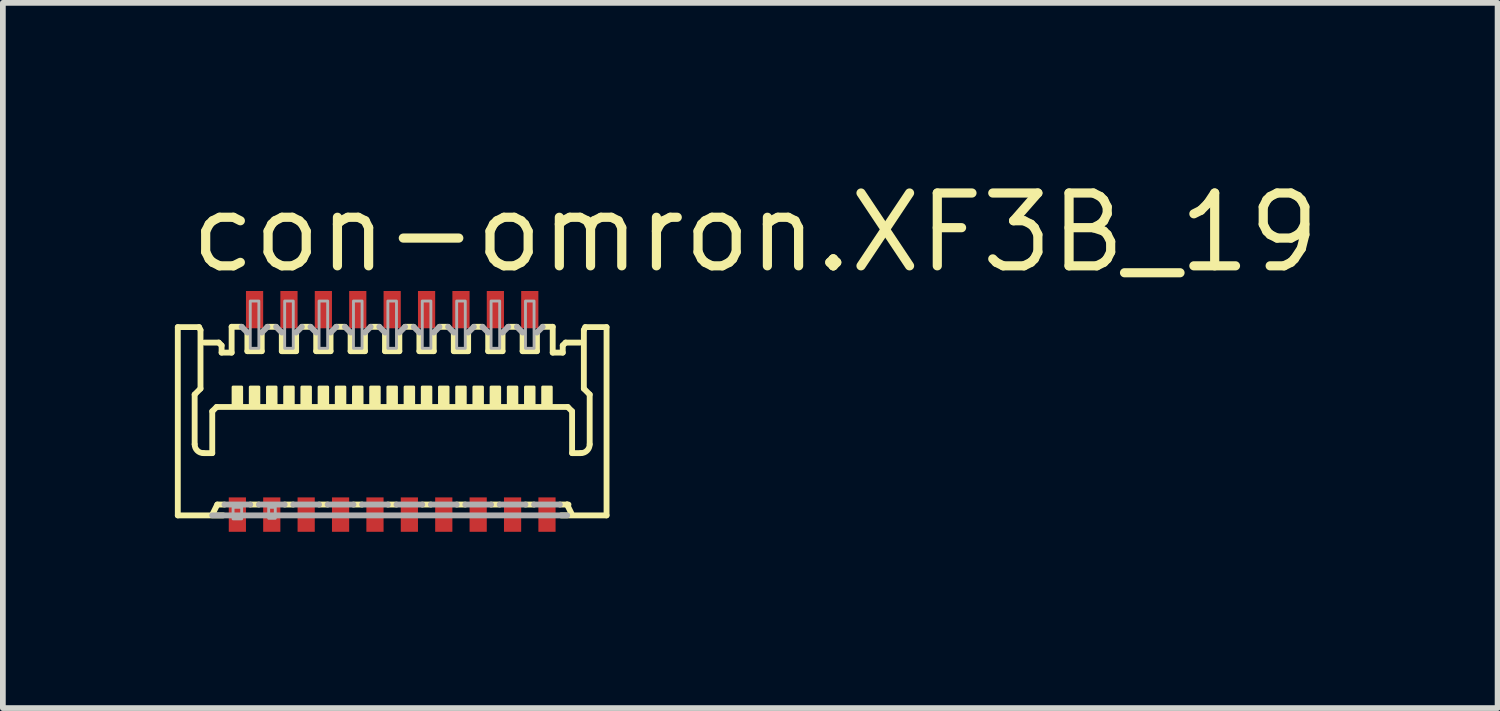
<source format=kicad_pcb>
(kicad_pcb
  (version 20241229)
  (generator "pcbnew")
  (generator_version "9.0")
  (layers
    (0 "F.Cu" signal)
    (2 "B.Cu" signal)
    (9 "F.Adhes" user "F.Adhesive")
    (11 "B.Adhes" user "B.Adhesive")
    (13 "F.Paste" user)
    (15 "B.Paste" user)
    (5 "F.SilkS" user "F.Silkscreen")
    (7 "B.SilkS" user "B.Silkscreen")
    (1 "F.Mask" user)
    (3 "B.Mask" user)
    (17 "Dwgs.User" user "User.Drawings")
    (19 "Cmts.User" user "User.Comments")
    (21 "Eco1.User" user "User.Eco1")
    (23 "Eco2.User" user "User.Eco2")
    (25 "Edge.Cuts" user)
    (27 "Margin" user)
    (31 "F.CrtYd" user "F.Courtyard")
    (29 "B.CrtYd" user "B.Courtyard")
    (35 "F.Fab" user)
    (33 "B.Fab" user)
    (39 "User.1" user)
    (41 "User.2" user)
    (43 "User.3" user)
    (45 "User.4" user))
  (footprint "con-omron.XF3B_19"
    (layer "F.Cu")
    (at 3.79 4.15)
    (property "Reference" "con-omron.XF3B_19" (at -3.6 -2.4 0) (layer "F.SilkS") (effects (font (size 1.27 1.27) (thickness 0.16)) (justify left bottom)))
    (attr smd)
    (fp_rect (start -2.9 2.125) (end -2.5 1.425) (stroke (width 0.05) (type default)) (fill yes) (layer "F.Mask"))
    (fp_rect (start -2.6 -1.425) (end -2.2 -2.175) (stroke (width 0.05) (type default)) (fill yes) (layer "F.Mask"))
    (fp_rect (start -2.3 2.125) (end -1.9 1.425) (stroke (width 0.05) (type default)) (fill yes) (layer "F.Mask"))
    (fp_rect (start -2 -1.425) (end -1.6 -2.175) (stroke (width 0.05) (type default)) (fill yes) (layer "F.Mask"))
    (fp_rect (start -1.7 2.125) (end -1.3 1.425) (stroke (width 0.05) (type default)) (fill yes) (layer "F.Mask"))
    (fp_rect (start -1.4 -1.425) (end -1 -2.175) (stroke (width 0.05) (type default)) (fill yes) (layer "F.Mask"))
    (fp_rect (start -1.1 2.125) (end -0.7 1.425) (stroke (width 0.05) (type default)) (fill yes) (layer "F.Mask"))
    (fp_rect (start -0.8 -1.425) (end -0.4 -2.175) (stroke (width 0.05) (type default)) (fill yes) (layer "F.Mask"))
    (fp_rect (start -0.5 2.125) (end -0.1 1.425) (stroke (width 0.05) (type default)) (fill yes) (layer "F.Mask"))
    (fp_rect (start -0.2 -1.425) (end 0.2 -2.175) (stroke (width 0.05) (type default)) (fill yes) (layer "F.Mask"))
    (fp_rect (start 0.1 2.125) (end 0.5 1.425) (stroke (width 0.05) (type default)) (fill yes) (layer "F.Mask"))
    (fp_rect (start 0.4 -1.425) (end 0.8 -2.175) (stroke (width 0.05) (type default)) (fill yes) (layer "F.Mask"))
    (fp_rect (start 0.7 2.125) (end 1.1 1.425) (stroke (width 0.05) (type default)) (fill yes) (layer "F.Mask"))
    (fp_rect (start 1 -1.425) (end 1.4 -2.175) (stroke (width 0.05) (type default)) (fill yes) (layer "F.Mask"))
    (fp_rect (start 1.3 2.125) (end 1.7 1.425) (stroke (width 0.05) (type default)) (fill yes) (layer "F.Mask"))
    (fp_rect (start 1.6 -1.425) (end 2 -2.175) (stroke (width 0.05) (type default)) (fill yes) (layer "F.Mask"))
    (fp_rect (start 1.9 2.125) (end 2.3 1.425) (stroke (width 0.05) (type default)) (fill yes) (layer "F.Mask"))
    (fp_rect (start 2.2 -1.425) (end 2.6 -2.175) (stroke (width 0.05) (type default)) (fill yes) (layer "F.Mask"))
    (fp_rect (start 2.5 2.125) (end 2.9 1.425) (stroke (width 0.05) (type default)) (fill yes) (layer "F.Mask"))
    (fp_line (start -3.739 -1.495) (end -3.368 -1.495) (stroke (width 0.102) (type default)) (layer "F.SilkS"))
    (fp_line (start -3.739 1.789) (end -3.739 -1.495) (stroke (width 0.102) (type default)) (layer "F.SilkS"))
    (fp_line (start -3.445 -0.319) (end -3.445 0.549) (stroke (width 0.102) (type default)) (layer "F.SilkS"))
    (fp_line (start -3.368 -1.495) (end -3.343 -1.444) (stroke (width 0.102) (type default)) (layer "F.SilkS"))
    (fp_line (start -3.343 -1.444) (end -3.343 -0.422) (stroke (width 0.102) (type default)) (layer "F.SilkS"))
    (fp_line (start -3.343 -0.422) (end -3.445 -0.319) (stroke (width 0.102) (type default)) (layer "F.SilkS"))
    (fp_line (start -3.292 0.703) (end -3.138 0.703) (stroke (width 0.102) (type default)) (layer "F.SilkS"))
    (fp_line (start -3.275 -1.225) (end -3.025 -1.225) (stroke (width 0.102) (type default)) (layer "F.SilkS"))
    (fp_line (start -3.138 -0.026) (end -3.062 -0.102) (stroke (width 0.102) (type default)) (layer "F.SilkS"))
    (fp_line (start -3.138 0.703) (end -3.138 -0.026) (stroke (width 0.102) (type default)) (layer "F.SilkS"))
    (fp_line (start -3.125 1.751) (end -3.05 1.6) (stroke (width 0.102) (type default)) (layer "F.SilkS"))
    (fp_line (start -3.05 1.6) (end -2.925 1.6) (stroke (width 0.102) (type default)) (layer "F.SilkS"))
    (fp_line (start -3.025 -1.225) (end -2.975 -1.175) (stroke (width 0.102) (type default)) (layer "F.SilkS"))
    (fp_line (start -2.975 -1.175) (end -2.975 -1.05) (stroke (width 0.102) (type default)) (layer "F.SilkS"))
    (fp_line (start -2.975 -1.05) (end -2.8 -1.05) (stroke (width 0.102) (type default)) (layer "F.SilkS"))
    (fp_line (start -2.947 1.789) (end -3.739 1.789) (stroke (width 0.102) (type default)) (layer "F.SilkS"))
    (fp_line (start -2.8 -1.5) (end -2.625 -1.5) (stroke (width 0.102) (type default)) (layer "F.SilkS"))
    (fp_line (start -2.8 -1.05) (end -2.8 -1.5) (stroke (width 0.102) (type default)) (layer "F.SilkS"))
    (fp_line (start -2.525 -1.4) (end -2.525 -1.075) (stroke (width 0.102) (type default)) (layer "F.SilkS"))
    (fp_line (start -2.525 -1.075) (end -2.275 -1.075) (stroke (width 0.102) (type default)) (layer "F.SilkS"))
    (fp_line (start -2.475 1.6) (end -2.325 1.6) (stroke (width 0.102) (type default)) (layer "F.SilkS"))
    (fp_line (start -2.275 -1.075) (end -2.275 -1.4) (stroke (width 0.102) (type default)) (layer "F.SilkS"))
    (fp_line (start -2.175 -1.5) (end -2.025 -1.5) (stroke (width 0.102) (type default)) (layer "F.SilkS"))
    (fp_line (start -1.925 -1.4) (end -1.925 -1.075) (stroke (width 0.102) (type default)) (layer "F.SilkS"))
    (fp_line (start -1.925 -1.075) (end -1.675 -1.075) (stroke (width 0.102) (type default)) (layer "F.SilkS"))
    (fp_line (start -1.875 1.6) (end -1.725 1.6) (stroke (width 0.102) (type default)) (layer "F.SilkS"))
    (fp_line (start -1.675 -1.075) (end -1.675 -1.4) (stroke (width 0.102) (type default)) (layer "F.SilkS"))
    (fp_line (start -1.575 -1.5) (end -1.425 -1.5) (stroke (width 0.102) (type default)) (layer "F.SilkS"))
    (fp_line (start -1.325 -1.4) (end -1.325 -1.075) (stroke (width 0.102) (type default)) (layer "F.SilkS"))
    (fp_line (start -1.325 -1.075) (end -1.075 -1.075) (stroke (width 0.102) (type default)) (layer "F.SilkS"))
    (fp_line (start -1.275 1.6) (end -1.125 1.6) (stroke (width 0.102) (type default)) (layer "F.SilkS"))
    (fp_line (start -1.075 -1.075) (end -1.075 -1.4) (stroke (width 0.102) (type default)) (layer "F.SilkS"))
    (fp_line (start -0.975 -1.5) (end -0.825 -1.5) (stroke (width 0.102) (type default)) (layer "F.SilkS"))
    (fp_line (start -0.725 -1.4) (end -0.725 -1.075) (stroke (width 0.102) (type default)) (layer "F.SilkS"))
    (fp_line (start -0.725 -1.075) (end -0.475 -1.075) (stroke (width 0.102) (type default)) (layer "F.SilkS"))
    (fp_line (start -0.675 1.6) (end -0.525 1.6) (stroke (width 0.102) (type default)) (layer "F.SilkS"))
    (fp_line (start -0.475 -1.075) (end -0.475 -1.4) (stroke (width 0.102) (type default)) (layer "F.SilkS"))
    (fp_line (start -0.375 -1.5) (end -0.225 -1.5) (stroke (width 0.102) (type default)) (layer "F.SilkS"))
    (fp_line (start -0.125 -1.4) (end -0.125 -1.075) (stroke (width 0.102) (type default)) (layer "F.SilkS"))
    (fp_line (start -0.125 -1.075) (end 0.125 -1.075) (stroke (width 0.102) (type default)) (layer "F.SilkS"))
    (fp_line (start -0.075 1.6) (end 0.075 1.6) (stroke (width 0.102) (type default)) (layer "F.SilkS"))
    (fp_line (start 0.125 -1.075) (end 0.125 -1.4) (stroke (width 0.102) (type default)) (layer "F.SilkS"))
    (fp_line (start 0.225 -1.5) (end 0.375 -1.5) (stroke (width 0.102) (type default)) (layer "F.SilkS"))
    (fp_line (start 0.475 -1.4) (end 0.475 -1.075) (stroke (width 0.102) (type default)) (layer "F.SilkS"))
    (fp_line (start 0.475 -1.075) (end 0.725 -1.075) (stroke (width 0.102) (type default)) (layer "F.SilkS"))
    (fp_line (start 0.525 1.6) (end 0.675 1.6) (stroke (width 0.102) (type default)) (layer "F.SilkS"))
    (fp_line (start 0.725 -1.075) (end 0.725 -1.4) (stroke (width 0.102) (type default)) (layer "F.SilkS"))
    (fp_line (start 0.825 -1.5) (end 0.975 -1.5) (stroke (width 0.102) (type default)) (layer "F.SilkS"))
    (fp_line (start 1.075 -1.4) (end 1.075 -1.075) (stroke (width 0.102) (type default)) (layer "F.SilkS"))
    (fp_line (start 1.075 -1.075) (end 1.325 -1.075) (stroke (width 0.102) (type default)) (layer "F.SilkS"))
    (fp_line (start 1.125 1.6) (end 1.275 1.6) (stroke (width 0.102) (type default)) (layer "F.SilkS"))
    (fp_line (start 1.325 -1.075) (end 1.325 -1.4) (stroke (width 0.102) (type default)) (layer "F.SilkS"))
    (fp_line (start 1.425 -1.5) (end 1.575 -1.5) (stroke (width 0.102) (type default)) (layer "F.SilkS"))
    (fp_line (start 1.675 -1.4) (end 1.675 -1.075) (stroke (width 0.102) (type default)) (layer "F.SilkS"))
    (fp_line (start 1.675 -1.075) (end 1.925 -1.075) (stroke (width 0.102) (type default)) (layer "F.SilkS"))
    (fp_line (start 1.725 1.6) (end 1.875 1.6) (stroke (width 0.102) (type default)) (layer "F.SilkS"))
    (fp_line (start 1.925 -1.075) (end 1.925 -1.4) (stroke (width 0.102) (type default)) (layer "F.SilkS"))
    (fp_line (start 2.025 -1.5) (end 2.175 -1.5) (stroke (width 0.102) (type default)) (layer "F.SilkS"))
    (fp_line (start 2.275 -1.4) (end 2.275 -1.075) (stroke (width 0.102) (type default)) (layer "F.SilkS"))
    (fp_line (start 2.275 -1.075) (end 2.525 -1.075) (stroke (width 0.102) (type default)) (layer "F.SilkS"))
    (fp_line (start 2.325 1.6) (end 2.475 1.6) (stroke (width 0.102) (type default)) (layer "F.SilkS"))
    (fp_line (start 2.525 -1.075) (end 2.525 -1.4) (stroke (width 0.102) (type default)) (layer "F.SilkS"))
    (fp_line (start 2.625 -1.5) (end 2.8 -1.5) (stroke (width 0.102) (type default)) (layer "F.SilkS"))
    (fp_line (start 2.8 -1.05) (end 2.8 -1.5) (stroke (width 0.102) (type default)) (layer "F.SilkS"))
    (fp_line (start 2.947 1.789) (end 3.739 1.789) (stroke (width 0.102) (type default)) (layer "F.SilkS"))
    (fp_line (start 2.975 -1.175) (end 2.975 -1.05) (stroke (width 0.102) (type default)) (layer "F.SilkS"))
    (fp_line (start 2.975 -1.05) (end 2.8 -1.05) (stroke (width 0.102) (type default)) (layer "F.SilkS"))
    (fp_line (start 3.025 -1.225) (end 2.975 -1.175) (stroke (width 0.102) (type default)) (layer "F.SilkS"))
    (fp_line (start 3.05 1.6) (end 2.925 1.6) (stroke (width 0.102) (type default)) (layer "F.SilkS"))
    (fp_line (start 3.05 1.6) (end 3.075 1.6) (stroke (width 0.102) (type default)) (layer "F.SilkS"))
    (fp_line (start 3.062 -0.102) (end -3.062 -0.102) (stroke (width 0.102) (type default)) (layer "F.SilkS"))
    (fp_line (start 3.125 1.751) (end 3.05 1.6) (stroke (width 0.102) (type default)) (layer "F.SilkS"))
    (fp_line (start 3.138 -0.026) (end 3.062 -0.102) (stroke (width 0.102) (type default)) (layer "F.SilkS"))
    (fp_line (start 3.138 0.703) (end 3.138 -0.026) (stroke (width 0.102) (type default)) (layer "F.SilkS"))
    (fp_line (start 3.275 -1.225) (end 3.025 -1.225) (stroke (width 0.102) (type default)) (layer "F.SilkS"))
    (fp_line (start 3.292 0.703) (end 3.138 0.703) (stroke (width 0.102) (type default)) (layer "F.SilkS"))
    (fp_line (start 3.343 -1.444) (end 3.343 -0.422) (stroke (width 0.102) (type default)) (layer "F.SilkS"))
    (fp_line (start 3.343 -0.422) (end 3.445 -0.319) (stroke (width 0.102) (type default)) (layer "F.SilkS"))
    (fp_line (start 3.368 -1.495) (end 3.343 -1.444) (stroke (width 0.102) (type default)) (layer "F.SilkS"))
    (fp_line (start 3.445 -0.319) (end 3.445 0.549) (stroke (width 0.102) (type default)) (layer "F.SilkS"))
    (fp_line (start 3.739 -1.495) (end 3.368 -1.495) (stroke (width 0.102) (type default)) (layer "F.SilkS"))
    (fp_line (start 3.739 1.789) (end 3.739 -1.495) (stroke (width 0.102) (type default)) (layer "F.SilkS"))
    (fp_rect (start -2.775 -0.125) (end -2.625 -0.45) (stroke (width 0.05) (type default)) (fill yes) (layer "F.SilkS"))
    (fp_rect (start -2.475 -0.125) (end -2.325 -0.45) (stroke (width 0.05) (type default)) (fill yes) (layer "F.SilkS"))
    (fp_rect (start -2.175 -0.125) (end -2.025 -0.45) (stroke (width 0.05) (type default)) (fill yes) (layer "F.SilkS"))
    (fp_rect (start -1.875 -0.125) (end -1.725 -0.45) (stroke (width 0.05) (type default)) (fill yes) (layer "F.SilkS"))
    (fp_rect (start -1.575 -0.125) (end -1.425 -0.45) (stroke (width 0.05) (type default)) (fill yes) (layer "F.SilkS"))
    (fp_rect (start -1.275 -0.125) (end -1.125 -0.45) (stroke (width 0.05) (type default)) (fill yes) (layer "F.SilkS"))
    (fp_rect (start -0.975 -0.125) (end -0.825 -0.45) (stroke (width 0.05) (type default)) (fill yes) (layer "F.SilkS"))
    (fp_rect (start -0.675 -0.125) (end -0.525 -0.45) (stroke (width 0.05) (type default)) (fill yes) (layer "F.SilkS"))
    (fp_rect (start -0.375 -0.125) (end -0.225 -0.45) (stroke (width 0.05) (type default)) (fill yes) (layer "F.SilkS"))
    (fp_rect (start -0.075 -0.125) (end 0.075 -0.45) (stroke (width 0.05) (type default)) (fill yes) (layer "F.SilkS"))
    (fp_rect (start 0.225 -0.125) (end 0.375 -0.45) (stroke (width 0.05) (type default)) (fill yes) (layer "F.SilkS"))
    (fp_rect (start 0.525 -0.125) (end 0.675 -0.45) (stroke (width 0.05) (type default)) (fill yes) (layer "F.SilkS"))
    (fp_rect (start 0.825 -0.125) (end 0.975 -0.45) (stroke (width 0.05) (type default)) (fill yes) (layer "F.SilkS"))
    (fp_rect (start 1.125 -0.125) (end 1.275 -0.45) (stroke (width 0.05) (type default)) (fill yes) (layer "F.SilkS"))
    (fp_rect (start 1.425 -0.125) (end 1.575 -0.45) (stroke (width 0.05) (type default)) (fill yes) (layer "F.SilkS"))
    (fp_rect (start 1.725 -0.125) (end 1.875 -0.45) (stroke (width 0.05) (type default)) (fill yes) (layer "F.SilkS"))
    (fp_rect (start 2.025 -0.125) (end 2.175 -0.45) (stroke (width 0.05) (type default)) (fill yes) (layer "F.SilkS"))
    (fp_rect (start 2.325 -0.125) (end 2.475 -0.45) (stroke (width 0.05) (type default)) (fill yes) (layer "F.SilkS"))
    (fp_rect (start 2.625 -0.125) (end 2.775 -0.45) (stroke (width 0.05) (type default)) (fill yes) (layer "F.SilkS"))
    (fp_arc (start -3.291559 0.702844) (mid -3.399992 0.657929) (end -3.444906 0.549497) (stroke (width 0.1016) (type default)) (layer "F.SilkS"))
    (fp_arc (start 3.444906 0.549497) (mid 3.399992 0.657929) (end 3.291559 0.702844) (stroke (width 0.1016) (type default)) (layer "F.SilkS"))
    (fp_rect (start -2.825 2.05) (end -2.575 1.5) (stroke (width 0.05) (type default)) (fill yes) (layer "F.Paste"))
    (fp_rect (start -2.525 -1.5) (end -2.275 -2.1) (stroke (width 0.05) (type default)) (fill yes) (layer "F.Paste"))
    (fp_rect (start -2.225 2.05) (end -1.975 1.5) (stroke (width 0.05) (type default)) (fill yes) (layer "F.Paste"))
    (fp_rect (start -1.925 -1.5) (end -1.675 -2.1) (stroke (width 0.05) (type default)) (fill yes) (layer "F.Paste"))
    (fp_rect (start -1.625 2.05) (end -1.375 1.5) (stroke (width 0.05) (type default)) (fill yes) (layer "F.Paste"))
    (fp_rect (start -1.325 -1.5) (end -1.075 -2.1) (stroke (width 0.05) (type default)) (fill yes) (layer "F.Paste"))
    (fp_rect (start -1.025 2.05) (end -0.775 1.5) (stroke (width 0.05) (type default)) (fill yes) (layer "F.Paste"))
    (fp_rect (start -0.725 -1.5) (end -0.475 -2.1) (stroke (width 0.05) (type default)) (fill yes) (layer "F.Paste"))
    (fp_rect (start -0.425 2.05) (end -0.175 1.5) (stroke (width 0.05) (type default)) (fill yes) (layer "F.Paste"))
    (fp_rect (start -0.125 -1.5) (end 0.125 -2.1) (stroke (width 0.05) (type default)) (fill yes) (layer "F.Paste"))
    (fp_rect (start 0.175 2.05) (end 0.425 1.5) (stroke (width 0.05) (type default)) (fill yes) (layer "F.Paste"))
    (fp_rect (start 0.475 -1.5) (end 0.725 -2.1) (stroke (width 0.05) (type default)) (fill yes) (layer "F.Paste"))
    (fp_rect (start 0.775 2.05) (end 1.025 1.5) (stroke (width 0.05) (type default)) (fill yes) (layer "F.Paste"))
    (fp_rect (start 1.075 -1.5) (end 1.325 -2.1) (stroke (width 0.05) (type default)) (fill yes) (layer "F.Paste"))
    (fp_rect (start 1.375 2.05) (end 1.625 1.5) (stroke (width 0.05) (type default)) (fill yes) (layer "F.Paste"))
    (fp_rect (start 1.675 -1.5) (end 1.925 -2.1) (stroke (width 0.05) (type default)) (fill yes) (layer "F.Paste"))
    (fp_rect (start 1.975 2.05) (end 2.225 1.5) (stroke (width 0.05) (type default)) (fill yes) (layer "F.Paste"))
    (fp_rect (start 2.275 -1.5) (end 2.525 -2.1) (stroke (width 0.05) (type default)) (fill yes) (layer "F.Paste"))
    (fp_rect (start 2.575 2.05) (end 2.825 1.5) (stroke (width 0.05) (type default)) (fill yes) (layer "F.Paste"))
    (fp_line (start -2.925 1.6) (end -2.475 1.6) (stroke (width 0.102) (type default)) (layer "F.Fab"))
    (fp_line (start -2.625 -1.5) (end -2.525 -1.4) (stroke (width 0.102) (type default)) (layer "F.Fab"))
    (fp_line (start -2.325 1.6) (end -1.875 1.6) (stroke (width 0.102) (type default)) (layer "F.Fab"))
    (fp_line (start -2.275 -1.4) (end -2.175 -1.5) (stroke (width 0.102) (type default)) (layer "F.Fab"))
    (fp_line (start -2.025 -1.5) (end -1.925 -1.4) (stroke (width 0.102) (type default)) (layer "F.Fab"))
    (fp_line (start -1.725 1.6) (end -1.275 1.6) (stroke (width 0.102) (type default)) (layer "F.Fab"))
    (fp_line (start -1.675 -1.4) (end -1.575 -1.5) (stroke (width 0.102) (type default)) (layer "F.Fab"))
    (fp_line (start -1.425 -1.5) (end -1.325 -1.4) (stroke (width 0.102) (type default)) (layer "F.Fab"))
    (fp_line (start -1.125 1.6) (end -0.675 1.6) (stroke (width 0.102) (type default)) (layer "F.Fab"))
    (fp_line (start -1.075 -1.4) (end -0.975 -1.5) (stroke (width 0.102) (type default)) (layer "F.Fab"))
    (fp_line (start -0.825 -1.5) (end -0.725 -1.4) (stroke (width 0.102) (type default)) (layer "F.Fab"))
    (fp_line (start -0.525 1.6) (end -0.075 1.6) (stroke (width 0.102) (type default)) (layer "F.Fab"))
    (fp_line (start -0.475 -1.4) (end -0.375 -1.5) (stroke (width 0.102) (type default)) (layer "F.Fab"))
    (fp_line (start -0.225 -1.5) (end -0.125 -1.4) (stroke (width 0.102) (type default)) (layer "F.Fab"))
    (fp_line (start 0.075 1.6) (end 0.525 1.6) (stroke (width 0.102) (type default)) (layer "F.Fab"))
    (fp_line (start 0.125 -1.4) (end 0.225 -1.5) (stroke (width 0.102) (type default)) (layer "F.Fab"))
    (fp_line (start 0.375 -1.5) (end 0.475 -1.4) (stroke (width 0.102) (type default)) (layer "F.Fab"))
    (fp_line (start 0.675 1.6) (end 1.125 1.6) (stroke (width 0.102) (type default)) (layer "F.Fab"))
    (fp_line (start 0.725 -1.4) (end 0.825 -1.5) (stroke (width 0.102) (type default)) (layer "F.Fab"))
    (fp_line (start 0.975 -1.5) (end 1.075 -1.4) (stroke (width 0.102) (type default)) (layer "F.Fab"))
    (fp_line (start 1.275 1.6) (end 1.725 1.6) (stroke (width 0.102) (type default)) (layer "F.Fab"))
    (fp_line (start 1.325 -1.4) (end 1.425 -1.5) (stroke (width 0.102) (type default)) (layer "F.Fab"))
    (fp_line (start 1.575 -1.5) (end 1.675 -1.4) (stroke (width 0.102) (type default)) (layer "F.Fab"))
    (fp_line (start 1.875 1.6) (end 2.325 1.6) (stroke (width 0.102) (type default)) (layer "F.Fab"))
    (fp_line (start 1.925 -1.4) (end 2.025 -1.5) (stroke (width 0.102) (type default)) (layer "F.Fab"))
    (fp_line (start 2.175 -1.5) (end 2.275 -1.4) (stroke (width 0.102) (type default)) (layer "F.Fab"))
    (fp_line (start 2.475 1.6) (end 2.925 1.6) (stroke (width 0.102) (type default)) (layer "F.Fab"))
    (fp_line (start 2.525 -1.4) (end 2.625 -1.5) (stroke (width 0.102) (type default)) (layer "F.Fab"))
    (fp_line (start 3.053 1.789) (end -3.139 1.789) (stroke (width 0.102) (type default)) (layer "F.Fab"))
    (fp_rect (start -2.775 1.85) (end -2.625 1.648) (stroke (width 0.05) (type default)) (fill no) (layer "F.Fab"))
    (fp_rect (start -2.475 -1.125) (end -2.325 -1.95) (stroke (width 0.05) (type default)) (fill no) (layer "F.Fab"))
    (fp_rect (start -2.154 1.84) (end -2.039 1.648) (stroke (width 0.05) (type default)) (fill no) (layer "F.Fab"))
    (fp_rect (start -1.875 -1.125) (end -1.725 -1.95) (stroke (width 0.05) (type default)) (fill no) (layer "F.Fab"))
    (fp_rect (start -1.275 -1.125) (end -1.125 -1.95) (stroke (width 0.05) (type default)) (fill no) (layer "F.Fab"))
    (fp_rect (start -0.675 -1.125) (end -0.525 -1.95) (stroke (width 0.05) (type default)) (fill no) (layer "F.Fab"))
    (fp_rect (start -0.075 -1.125) (end 0.075 -1.95) (stroke (width 0.05) (type default)) (fill no) (layer "F.Fab"))
    (fp_rect (start 0.525 -1.125) (end 0.675 -1.95) (stroke (width 0.05) (type default)) (fill no) (layer "F.Fab"))
    (fp_rect (start 1.125 -1.125) (end 1.275 -1.95) (stroke (width 0.05) (type default)) (fill no) (layer "F.Fab"))
    (fp_rect (start 1.725 -1.125) (end 1.875 -1.95) (stroke (width 0.05) (type default)) (fill no) (layer "F.Fab"))
    (fp_rect (start 2.325 -1.125) (end 2.475 -1.95) (stroke (width 0.05) (type default)) (fill no) (layer "F.Fab"))
    (pad "1" smd roundrect (at -2.7 1.775) (size 0.3 0.6) (layers "F.Cu" "F.Mask" "F.Paste") (roundrect_rratio 0.01))
    (pad "2" smd roundrect (at -2.4 -1.8) (size 0.3 0.65) (layers "F.Cu" "F.Mask" "F.Paste") (roundrect_rratio 0.01))
    (pad "3" smd roundrect (at -2.1 1.775) (size 0.3 0.6) (layers "F.Cu" "F.Mask" "F.Paste") (roundrect_rratio 0.01))
    (pad "4" smd roundrect (at -1.8 -1.8) (size 0.3 0.65) (layers "F.Cu" "F.Mask" "F.Paste") (roundrect_rratio 0.01))
    (pad "5" smd roundrect (at -1.5 1.775) (size 0.3 0.6) (layers "F.Cu" "F.Mask" "F.Paste") (roundrect_rratio 0.01))
    (pad "6" smd roundrect (at -1.2 -1.8) (size 0.3 0.65) (layers "F.Cu" "F.Mask" "F.Paste") (roundrect_rratio 0.01))
    (pad "7" smd roundrect (at -0.9 1.775) (size 0.3 0.6) (layers "F.Cu" "F.Mask" "F.Paste") (roundrect_rratio 0.01))
    (pad "8" smd roundrect (at -0.6 -1.8) (size 0.3 0.65) (layers "F.Cu" "F.Mask" "F.Paste") (roundrect_rratio 0.01))
    (pad "9" smd roundrect (at -0.3 1.775) (size 0.3 0.6) (layers "F.Cu" "F.Mask" "F.Paste") (roundrect_rratio 0.01))
    (pad "10" smd roundrect (at 0 -1.8) (size 0.3 0.65) (layers "F.Cu" "F.Mask" "F.Paste") (roundrect_rratio 0.01))
    (pad "11" smd roundrect (at 0.3 1.775) (size 0.3 0.6) (layers "F.Cu" "F.Mask" "F.Paste") (roundrect_rratio 0.01))
    (pad "12" smd roundrect (at 0.6 -1.8) (size 0.3 0.65) (layers "F.Cu" "F.Mask" "F.Paste") (roundrect_rratio 0.01))
    (pad "13" smd roundrect (at 0.9 1.775) (size 0.3 0.6) (layers "F.Cu" "F.Mask" "F.Paste") (roundrect_rratio 0.01))
    (pad "14" smd roundrect (at 1.2 -1.8) (size 0.3 0.65) (layers "F.Cu" "F.Mask" "F.Paste") (roundrect_rratio 0.01))
    (pad "15" smd roundrect (at 1.5 1.775) (size 0.3 0.6) (layers "F.Cu" "F.Mask" "F.Paste") (roundrect_rratio 0.01))
    (pad "16" smd roundrect (at 1.8 -1.8) (size 0.3 0.65) (layers "F.Cu" "F.Mask" "F.Paste") (roundrect_rratio 0.01))
    (pad "17" smd roundrect (at 2.1 1.775) (size 0.3 0.6) (layers "F.Cu" "F.Mask" "F.Paste") (roundrect_rratio 0.01))
    (pad "18" smd roundrect (at 2.4 -1.8) (size 0.3 0.65) (layers "F.Cu" "F.Mask" "F.Paste") (roundrect_rratio 0.01))
    (pad "19" smd roundrect (at 2.7 1.775) (size 0.3 0.6) (layers "F.Cu" "F.Mask" "F.Paste") (roundrect_rratio 0.01)))
  (gr_rect
    (start -3 -3)
    (end 23.07 9.3)
    (stroke (width 0.1) (type default))
    (fill no)
    (layer "Edge.Cuts")))
</source>
